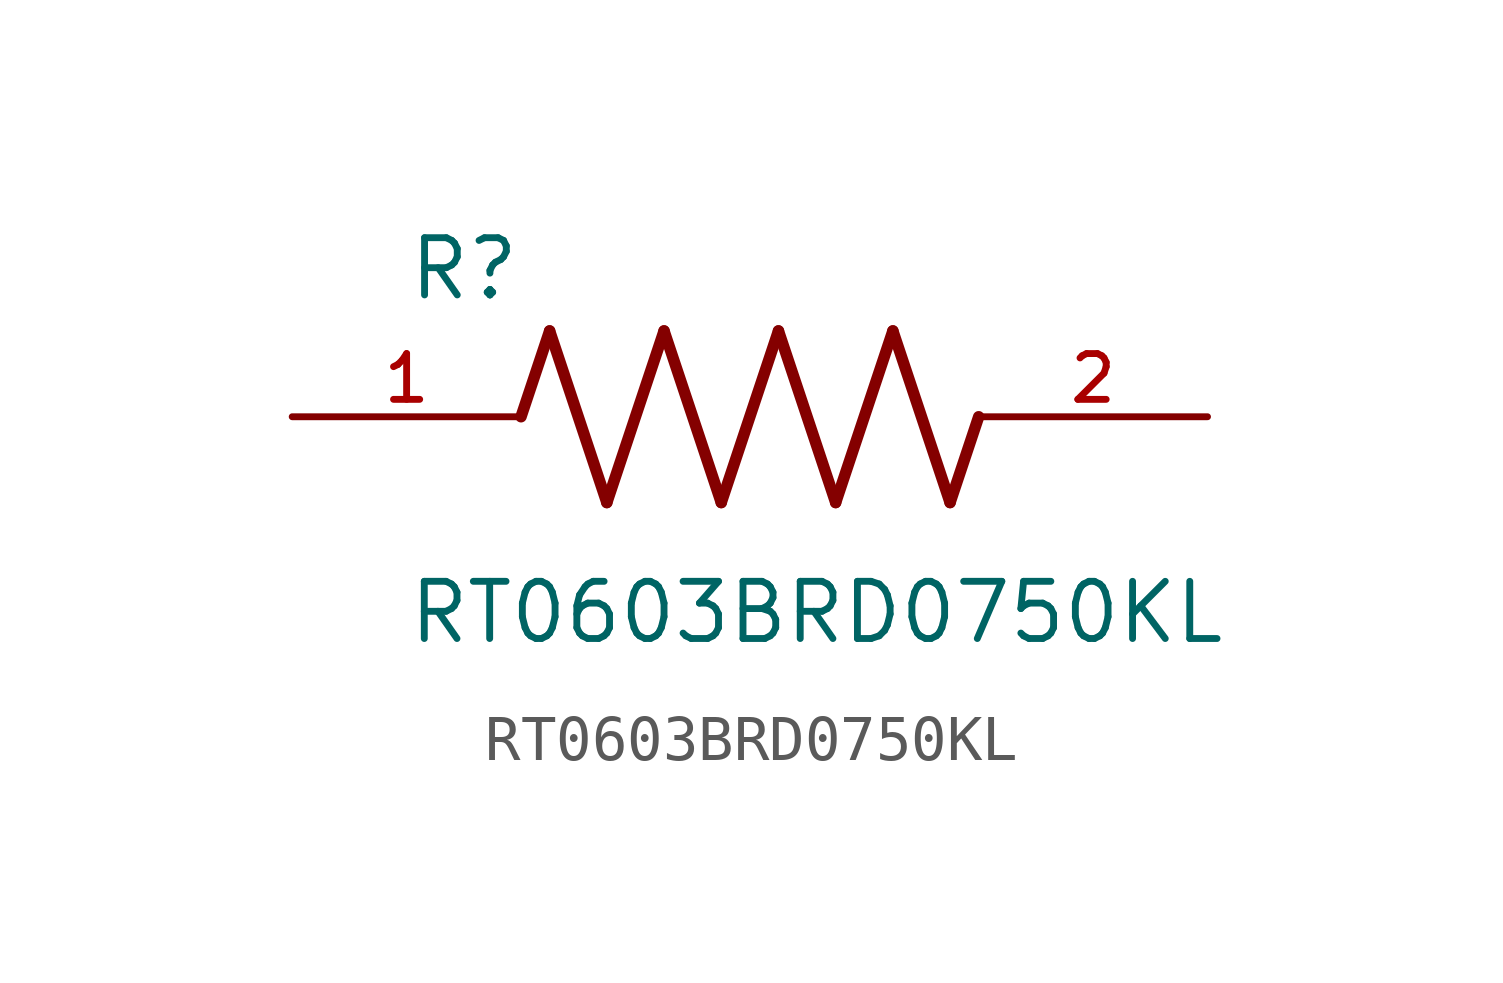
<source format=kicad_sym>
(kicad_symbol_lib
  (version 20211014)
  (generator kicad_symbol_editor)
  (symbol "RT0603BRD0750KL"
    (pin_names
      (offset 1.016))
    (property "Reference" "R"
      (at -7.624 2.541 0)
      (effects (font (size 1.27 1.27)) (justify bottom left)))
    (property "Value" "RT0603BRD0750KL"
      (at -7.63 -5.087 0)
      (effects (font (size 1.27 1.27)) (justify bottom left)))
    (symbol "RT0603BRD0750KL_0_0"
      (polyline (pts (xy -5.08 0.0) (xy -4.445 1.905)) (stroke (width 0.254)))
      (polyline (pts (xy -4.445 1.905) (xy -3.175 -1.905)) (stroke (width 0.254)))
      (polyline (pts (xy -3.175 -1.905) (xy -1.905 1.905)) (stroke (width 0.254)))
      (polyline (pts (xy -1.905 1.905) (xy -0.635 -1.905)) (stroke (width 0.254)))
      (polyline (pts (xy -0.635 -1.905) (xy 0.635 1.905)) (stroke (width 0.254)))
      (polyline (pts (xy 0.635 1.905) (xy 1.905 -1.905)) (stroke (width 0.254)))
      (polyline (pts (xy 1.905 -1.905) (xy 3.175 1.905)) (stroke (width 0.254)))
      (polyline (pts (xy 3.175 1.905) (xy 4.445 -1.905)) (stroke (width 0.254)))
      (polyline (pts (xy 4.445 -1.905) (xy 5.08 0.0)) (stroke (width 0.254)))
      (pin passive line (at -10.16 0.0 0) (length 5.08) (name "~" (effects (font (size 1.016 1.016)))) (number "1" (effects (font (size 1.016 1.016)))))
      (pin passive line (at 10.16 0.0 180.0) (length 5.08) (name "~" (effects (font (size 1.016 1.016)))) (number "2" (effects (font (size 1.016 1.016))))))))
</source>
